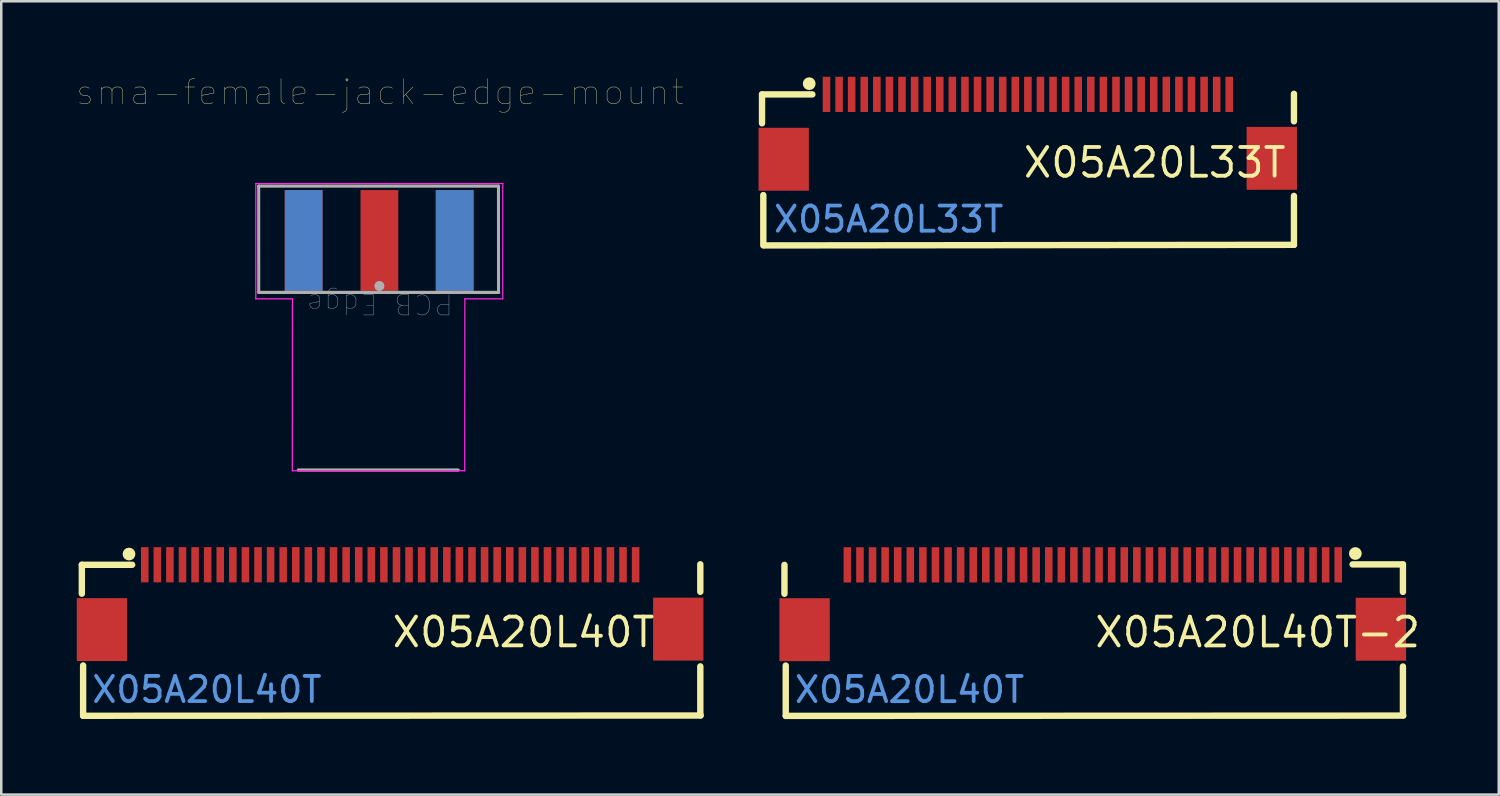
<source format=kicad_pcb>
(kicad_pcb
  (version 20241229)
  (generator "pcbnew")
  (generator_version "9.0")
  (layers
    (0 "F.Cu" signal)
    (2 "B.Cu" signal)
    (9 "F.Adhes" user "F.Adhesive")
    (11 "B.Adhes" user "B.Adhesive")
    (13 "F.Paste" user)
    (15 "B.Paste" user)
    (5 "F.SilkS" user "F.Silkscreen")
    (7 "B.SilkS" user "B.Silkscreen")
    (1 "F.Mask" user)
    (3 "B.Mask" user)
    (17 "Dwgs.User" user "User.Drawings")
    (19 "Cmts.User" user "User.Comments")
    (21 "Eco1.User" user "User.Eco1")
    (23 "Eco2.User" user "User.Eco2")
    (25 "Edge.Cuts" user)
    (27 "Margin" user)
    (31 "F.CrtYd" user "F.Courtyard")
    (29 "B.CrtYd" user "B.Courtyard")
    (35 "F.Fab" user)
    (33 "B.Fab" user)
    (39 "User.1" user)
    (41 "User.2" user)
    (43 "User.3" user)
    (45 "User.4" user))
  (footprint "X05A20L40T"
    (layer "F.Cu")
    (at 12.45 22.065)
    (property "Reference" "X05A20L40T" (at 0 0 0) (layer "F.SilkS") (effects (font (size 1.143 1.143) (thickness 0.152)) (justify left)))
    (attr smd)
    (fp_line (start -12.249 -2.679) (end -10.25 -2.679) (stroke (width 0.254) (type solid)) (layer "F.SilkS"))
    (fp_line (start -12.249 -1.53) (end -12.249 -2.679) (stroke (width 0.254) (type solid)) (layer "F.SilkS"))
    (fp_line (start -12.198 3.32) (end -12.198 1.321) (stroke (width 0.254) (type solid)) (layer "F.SilkS"))
    (fp_line (start -12.198 3.32) (end 12.335 3.309) (stroke (width 0.254) (type solid)) (layer "F.SilkS"))
    (fp_line (start 12.32 -1.605) (end 12.32 -2.698) (stroke (width 0.254) (type solid)) (layer "F.SilkS"))
    (fp_line (start 12.32 3.301) (end 12.32 1.358) (stroke (width 0.254) (type solid)) (layer "F.SilkS"))
    (fp_circle (center -10.375 -3.105) (end -10.248 -3.105) (stroke (width 0.254) (type solid)) (fill no) (layer "F.SilkS"))
    (fp_text user "X05A20L40T" (at -7.28 2.28 0) (layer "Cmts.User") (effects (font (size 1 1) (thickness 0.15))))
    (pad "1" smd rect (at -9.75 -2.68) (size 0.3 1.4) (layers "F.Cu" "F.Mask" "F.Paste"))
    (pad "2" smd rect (at -9.25 -2.68) (size 0.3 1.4) (layers "F.Cu" "F.Mask" "F.Paste"))
    (pad "3" smd rect (at -8.75 -2.68) (size 0.3 1.4) (layers "F.Cu" "F.Mask" "F.Paste"))
    (pad "4" smd rect (at -8.25 -2.68) (size 0.3 1.4) (layers "F.Cu" "F.Mask" "F.Paste"))
    (pad "5" smd rect (at -7.75 -2.68) (size 0.3 1.4) (layers "F.Cu" "F.Mask" "F.Paste"))
    (pad "6" smd rect (at -7.25 -2.68) (size 0.3 1.4) (layers "F.Cu" "F.Mask" "F.Paste"))
    (pad "7" smd rect (at -6.75 -2.68) (size 0.3 1.4) (layers "F.Cu" "F.Mask" "F.Paste"))
    (pad "8" smd rect (at -6.25 -2.68) (size 0.3 1.4) (layers "F.Cu" "F.Mask" "F.Paste"))
    (pad "9" smd rect (at -5.75 -2.68) (size 0.3 1.4) (layers "F.Cu" "F.Mask" "F.Paste"))
    (pad "10" smd rect (at -5.25 -2.68) (size 0.3 1.4) (layers "F.Cu" "F.Mask" "F.Paste"))
    (pad "11" smd rect (at -4.75 -2.68) (size 0.3 1.4) (layers "F.Cu" "F.Mask" "F.Paste"))
    (pad "12" smd rect (at -4.25 -2.68) (size 0.3 1.4) (layers "F.Cu" "F.Mask" "F.Paste"))
    (pad "13" smd rect (at -3.75 -2.68) (size 0.3 1.4) (layers "F.Cu" "F.Mask" "F.Paste"))
    (pad "14" smd rect (at -3.25 -2.68) (size 0.3 1.4) (layers "F.Cu" "F.Mask" "F.Paste"))
    (pad "15" smd rect (at -2.75 -2.68) (size 0.3 1.4) (layers "F.Cu" "F.Mask" "F.Paste"))
    (pad "16" smd rect (at -2.25 -2.68) (size 0.3 1.4) (layers "F.Cu" "F.Mask" "F.Paste"))
    (pad "17" smd rect (at -1.75 -2.68) (size 0.3 1.4) (layers "F.Cu" "F.Mask" "F.Paste"))
    (pad "18" smd rect (at -1.25 -2.68) (size 0.3 1.4) (layers "F.Cu" "F.Mask" "F.Paste"))
    (pad "19" smd rect (at -0.75 -2.68) (size 0.3 1.4) (layers "F.Cu" "F.Mask" "F.Paste"))
    (pad "20" smd rect (at -0.25 -2.68) (size 0.3 1.4) (layers "F.Cu" "F.Mask" "F.Paste"))
    (pad "21" smd rect (at 0.25 -2.68) (size 0.3 1.4) (layers "F.Cu" "F.Mask" "F.Paste"))
    (pad "22" smd rect (at 0.75 -2.68) (size 0.3 1.4) (layers "F.Cu" "F.Mask" "F.Paste"))
    (pad "23" smd rect (at 1.25 -2.68) (size 0.3 1.4) (layers "F.Cu" "F.Mask" "F.Paste"))
    (pad "24" smd rect (at 1.75 -2.68) (size 0.3 1.4) (layers "F.Cu" "F.Mask" "F.Paste"))
    (pad "25" smd rect (at 2.25 -2.68) (size 0.3 1.4) (layers "F.Cu" "F.Mask" "F.Paste"))
    (pad "26" smd rect (at 2.75 -2.68) (size 0.3 1.4) (layers "F.Cu" "F.Mask" "F.Paste"))
    (pad "27" smd rect (at 3.25 -2.68) (size 0.3 1.4) (layers "F.Cu" "F.Mask" "F.Paste"))
    (pad "28" smd rect (at 3.75 -2.68) (size 0.3 1.4) (layers "F.Cu" "F.Mask" "F.Paste"))
    (pad "29" smd rect (at 4.25 -2.68) (size 0.3 1.4) (layers "F.Cu" "F.Mask" "F.Paste"))
    (pad "30" smd rect (at 4.75 -2.68) (size 0.3 1.4) (layers "F.Cu" "F.Mask" "F.Paste"))
    (pad "31" smd rect (at 5.25 -2.68) (size 0.3 1.4) (layers "F.Cu" "F.Mask" "F.Paste"))
    (pad "32" smd rect (at 5.75 -2.68) (size 0.3 1.4) (layers "F.Cu" "F.Mask" "F.Paste"))
    (pad "33" smd rect (at 6.25 -2.68) (size 0.3 1.4) (layers "F.Cu" "F.Mask" "F.Paste"))
    (pad "34" smd rect (at 6.75 -2.68) (size 0.3 1.4) (layers "F.Cu" "F.Mask" "F.Paste"))
    (pad "35" smd rect (at 7.25 -2.68) (size 0.3 1.4) (layers "F.Cu" "F.Mask" "F.Paste"))
    (pad "36" smd rect (at 7.75 -2.68) (size 0.3 1.4) (layers "F.Cu" "F.Mask" "F.Paste"))
    (pad "37" smd rect (at 8.25 -2.68) (size 0.3 1.4) (layers "F.Cu" "F.Mask" "F.Paste"))
    (pad "38" smd rect (at 8.75 -2.68) (size 0.3 1.4) (layers "F.Cu" "F.Mask" "F.Paste"))
    (pad "39" smd rect (at 9.25 -2.68) (size 0.3 1.4) (layers "F.Cu" "F.Mask" "F.Paste"))
    (pad "40" smd rect (at 9.75 -2.68) (size 0.3 1.4) (layers "F.Cu" "F.Mask" "F.Paste"))
    (pad "41" smd rect (at 11.445 -0.123) (size 2 2.5) (layers "F.Cu" "F.Mask" "F.Paste"))
    (pad "42" smd rect (at -11.45 -0.104) (size 2 2.5) (layers "F.Cu" "F.Mask" "F.Paste")))
  (footprint "X05A20L40T-2"
    (layer "F.Cu")
    (at 40.362 22.069)
    (property "Reference" "X05A20L40T-2" (at 0 0 0) (layer "F.SilkS") (effects (font (size 1.143 1.143) (thickness 0.152)) (justify left)))
    (attr smd)
    (fp_line (start -12.249 -1.53) (end -12.249 -2.679) (stroke (width 0.254) (type solid)) (layer "F.SilkS"))
    (fp_line (start -12.198 3.32) (end -12.198 1.321) (stroke (width 0.254) (type solid)) (layer "F.SilkS"))
    (fp_line (start -12.198 3.32) (end 12.335 3.309) (stroke (width 0.254) (type solid)) (layer "F.SilkS"))
    (fp_line (start 10.321 -2.698) (end 12.32 -2.698) (stroke (width 0.254) (type solid)) (layer "F.SilkS"))
    (fp_line (start 12.32 -1.605) (end 12.32 -2.698) (stroke (width 0.254) (type solid)) (layer "F.SilkS"))
    (fp_line (start 12.32 3.301) (end 12.32 1.358) (stroke (width 0.254) (type solid)) (layer "F.SilkS"))
    (fp_circle (center 10.43 -3.13) (end 10.557 -3.13) (stroke (width 0.254) (type solid)) (fill no) (layer "F.SilkS"))
    (fp_text user "X05A20L40T" (at -7.28 2.28 0) (layer "Cmts.User") (effects (font (size 1 1) (thickness 0.15))))
    (pad "1" smd rect (at 9.75 -2.68) (size 0.3 1.4) (layers "F.Cu" "F.Mask" "F.Paste"))
    (pad "2" smd rect (at 9.25 -2.68) (size 0.3 1.4) (layers "F.Cu" "F.Mask" "F.Paste"))
    (pad "3" smd rect (at 8.75 -2.68) (size 0.3 1.4) (layers "F.Cu" "F.Mask" "F.Paste"))
    (pad "4" smd rect (at 8.25 -2.68) (size 0.3 1.4) (layers "F.Cu" "F.Mask" "F.Paste"))
    (pad "5" smd rect (at 7.75 -2.68) (size 0.3 1.4) (layers "F.Cu" "F.Mask" "F.Paste"))
    (pad "6" smd rect (at 7.25 -2.68) (size 0.3 1.4) (layers "F.Cu" "F.Mask" "F.Paste"))
    (pad "7" smd rect (at 6.75 -2.68) (size 0.3 1.4) (layers "F.Cu" "F.Mask" "F.Paste"))
    (pad "8" smd rect (at 6.25 -2.68) (size 0.3 1.4) (layers "F.Cu" "F.Mask" "F.Paste"))
    (pad "9" smd rect (at 5.75 -2.68) (size 0.3 1.4) (layers "F.Cu" "F.Mask" "F.Paste"))
    (pad "10" smd rect (at 5.25 -2.68) (size 0.3 1.4) (layers "F.Cu" "F.Mask" "F.Paste"))
    (pad "11" smd rect (at 4.75 -2.68) (size 0.3 1.4) (layers "F.Cu" "F.Mask" "F.Paste"))
    (pad "12" smd rect (at 4.25 -2.68) (size 0.3 1.4) (layers "F.Cu" "F.Mask" "F.Paste"))
    (pad "13" smd rect (at 3.75 -2.68) (size 0.3 1.4) (layers "F.Cu" "F.Mask" "F.Paste"))
    (pad "14" smd rect (at 3.25 -2.68) (size 0.3 1.4) (layers "F.Cu" "F.Mask" "F.Paste"))
    (pad "15" smd rect (at 2.75 -2.68) (size 0.3 1.4) (layers "F.Cu" "F.Mask" "F.Paste"))
    (pad "16" smd rect (at 2.25 -2.68) (size 0.3 1.4) (layers "F.Cu" "F.Mask" "F.Paste"))
    (pad "17" smd rect (at 1.75 -2.68) (size 0.3 1.4) (layers "F.Cu" "F.Mask" "F.Paste"))
    (pad "18" smd rect (at 1.25 -2.68) (size 0.3 1.4) (layers "F.Cu" "F.Mask" "F.Paste"))
    (pad "19" smd rect (at 0.75 -2.68) (size 0.3 1.4) (layers "F.Cu" "F.Mask" "F.Paste"))
    (pad "20" smd rect (at 0.25 -2.68) (size 0.3 1.4) (layers "F.Cu" "F.Mask" "F.Paste"))
    (pad "21" smd rect (at -0.25 -2.68) (size 0.3 1.4) (layers "F.Cu" "F.Mask" "F.Paste"))
    (pad "22" smd rect (at -0.75 -2.68) (size 0.3 1.4) (layers "F.Cu" "F.Mask" "F.Paste"))
    (pad "23" smd rect (at -1.25 -2.68) (size 0.3 1.4) (layers "F.Cu" "F.Mask" "F.Paste"))
    (pad "24" smd rect (at -1.75 -2.68) (size 0.3 1.4) (layers "F.Cu" "F.Mask" "F.Paste"))
    (pad "25" smd rect (at -2.25 -2.68) (size 0.3 1.4) (layers "F.Cu" "F.Mask" "F.Paste"))
    (pad "26" smd rect (at -2.75 -2.68) (size 0.3 1.4) (layers "F.Cu" "F.Mask" "F.Paste"))
    (pad "27" smd rect (at -3.25 -2.68) (size 0.3 1.4) (layers "F.Cu" "F.Mask" "F.Paste"))
    (pad "28" smd rect (at -3.75 -2.68) (size 0.3 1.4) (layers "F.Cu" "F.Mask" "F.Paste"))
    (pad "29" smd rect (at -4.25 -2.68) (size 0.3 1.4) (layers "F.Cu" "F.Mask" "F.Paste"))
    (pad "30" smd rect (at -4.75 -2.68) (size 0.3 1.4) (layers "F.Cu" "F.Mask" "F.Paste"))
    (pad "31" smd rect (at -5.25 -2.68) (size 0.3 1.4) (layers "F.Cu" "F.Mask" "F.Paste"))
    (pad "32" smd rect (at -5.75 -2.68) (size 0.3 1.4) (layers "F.Cu" "F.Mask" "F.Paste"))
    (pad "33" smd rect (at -6.25 -2.68) (size 0.3 1.4) (layers "F.Cu" "F.Mask" "F.Paste"))
    (pad "34" smd rect (at -6.75 -2.68) (size 0.3 1.4) (layers "F.Cu" "F.Mask" "F.Paste"))
    (pad "35" smd rect (at -7.25 -2.68) (size 0.3 1.4) (layers "F.Cu" "F.Mask" "F.Paste"))
    (pad "36" smd rect (at -7.75 -2.68) (size 0.3 1.4) (layers "F.Cu" "F.Mask" "F.Paste"))
    (pad "37" smd rect (at -8.25 -2.68) (size 0.3 1.4) (layers "F.Cu" "F.Mask" "F.Paste"))
    (pad "38" smd rect (at -8.75 -2.68) (size 0.3 1.4) (layers "F.Cu" "F.Mask" "F.Paste"))
    (pad "39" smd rect (at -9.25 -2.68) (size 0.3 1.4) (layers "F.Cu" "F.Mask" "F.Paste"))
    (pad "40" smd rect (at -9.75 -2.68) (size 0.3 1.4) (layers "F.Cu" "F.Mask" "F.Paste"))
    (pad "41" smd rect (at 11.445 -0.123) (size 2 2.5) (layers "F.Cu" "F.Mask" "F.Paste"))
    (pad "42" smd rect (at -11.45 -0.104) (size 2 2.5) (layers "F.Cu" "F.Mask" "F.Paste")))
  (footprint "sma-female-jack-edge-mount"
    (layer "F.Cu")
    (at 12.022 4.911)
    (property "Reference" "sma-female-jack-edge-mount" (at 0.02 -4.3 180) (layer "F.SilkS") (effects (font (size 1 1) (thickness 0.015))))
    (attr through_hole)
    (fp_line (start -4.91 -0.67) (end 4.9 -0.67) (stroke (width 0.05) (type solid)) (layer "F.CrtYd"))
    (fp_line (start -4.91 3.91) (end -4.91 -0.67) (stroke (width 0.05) (type solid)) (layer "F.CrtYd"))
    (fp_line (start -4.91 3.91) (end -3.455 3.91) (stroke (width 0.05) (type solid)) (layer "F.CrtYd"))
    (fp_line (start -3.46 10.74) (end -3.455 3.91) (stroke (width 0.05) (type solid)) (layer "F.CrtYd"))
    (fp_line (start 3.39 10.74) (end -3.46 10.74) (stroke (width 0.05) (type solid)) (layer "F.CrtYd"))
    (fp_line (start 3.39 10.74) (end 3.395 3.91) (stroke (width 0.05) (type solid)) (layer "F.CrtYd"))
    (fp_line (start 3.395 3.91) (end 4.9 3.91) (stroke (width 0.05) (type solid)) (layer "F.CrtYd"))
    (fp_line (start 4.9 3.91) (end 4.9 -0.67) (stroke (width 0.05) (type solid)) (layer "F.CrtYd"))
    (fp_line (start -4.795 -0.57) (end 4.73 -0.57) (stroke (width 0.127) (type solid)) (layer "F.Fab"))
    (fp_line (start -4.793 3.656) (end -4.795 -0.57) (stroke (width 0.12) (type solid)) (layer "F.Fab"))
    (fp_line (start -3.205 3.656) (end -4.793 3.656) (stroke (width 0.127) (type solid)) (layer "F.Fab"))
    (fp_line (start 3.13 10.71) (end -3.22 10.71) (stroke (width 0.127) (type solid)) (layer "F.Fab"))
    (fp_line (start 3.145 3.656) (end -3.205 3.656) (stroke (width 0.127) (type solid)) (layer "F.Fab"))
    (fp_line (start 4.732 3.656) (end 3.145 3.656) (stroke (width 0.127) (type solid)) (layer "F.Fab"))
    (fp_line (start 4.732 3.656) (end 4.73 -0.57) (stroke (width 0.12) (type solid)) (layer "F.Fab"))
    (fp_circle (center 0 3.4) (end 0.1 3.4) (stroke (width 0.2) (type solid)) (fill no) (layer "F.Fab"))
    (fp_text user "PCB Edge" (at 0.02 4.12 180) (unlocked yes) (layer "F.Fab") (effects (font (size 0.8 0.8) (thickness 0.015))))
    (pad "1" smd rect (at 0 1.59) (size 1.5 4) (layers "F.Cu" "F.Mask" "F.Paste"))
    (pad "S1" smd rect (at -3.01 1.59) (size 1.5 4) (layers "F.Cu" "F.Mask" "F.Paste"))
    (pad "S2" smd rect (at 2.99 1.59) (size 1.5 4) (layers "F.Cu" "F.Mask" "F.Paste"))
    (pad "S3" smd rect (at -3.01 1.59) (size 1.5 4) (layers "B.Cu" "B.Mask" "B.Paste"))
    (pad "S4" smd rect (at 2.99 1.59) (size 1.5 4) (layers "B.Cu" "B.Mask" "B.Paste")))
  (footprint "X05A20L33T"
    (layer "F.Cu")
    (at 37.523 3.41)
    (property "Reference" "X05A20L33T" (at 0 0 0) (layer "F.SilkS") (effects (font (size 1.143 1.143) (thickness 0.152)) (justify left)))
    (attr smd)
    (fp_line (start -10.301 -2.71) (end -8.302 -2.71) (stroke (width 0.254) (type solid)) (layer "F.SilkS"))
    (fp_line (start -10.301 -1.561) (end -10.301 -2.71) (stroke (width 0.254) (type solid)) (layer "F.SilkS"))
    (fp_line (start -10.25 3.289) (end -10.25 1.29) (stroke (width 0.254) (type solid)) (layer "F.SilkS"))
    (fp_line (start -10.188 3.29) (end 10.83 3.266) (stroke (width 0.254) (type solid)) (layer "F.SilkS"))
    (fp_line (start 10.83 -1.64) (end 10.83 -2.733) (stroke (width 0.254) (type solid)) (layer "F.SilkS"))
    (fp_line (start 10.83 3.266) (end 10.83 1.323) (stroke (width 0.254) (type solid)) (layer "F.SilkS"))
    (fp_circle (center -8.427 -3.136) (end -8.3 -3.136) (stroke (width 0.254) (type solid)) (fill no) (layer "F.SilkS"))
    (fp_text user "X05A20L33T" (at -5.27 2.25 0) (layer "Cmts.User") (effects (font (size 1 1) (thickness 0.15))))
    (pad "1" smd rect (at -7.74 -2.71) (size 0.3 1.4) (layers "F.Cu" "F.Mask" "F.Paste"))
    (pad "2" smd rect (at -7.24 -2.71) (size 0.3 1.4) (layers "F.Cu" "F.Mask" "F.Paste"))
    (pad "3" smd rect (at -6.74 -2.71) (size 0.3 1.4) (layers "F.Cu" "F.Mask" "F.Paste"))
    (pad "4" smd rect (at -6.24 -2.71) (size 0.3 1.4) (layers "F.Cu" "F.Mask" "F.Paste"))
    (pad "5" smd rect (at -5.74 -2.71) (size 0.3 1.4) (layers "F.Cu" "F.Mask" "F.Paste"))
    (pad "6" smd rect (at -5.24 -2.71) (size 0.3 1.4) (layers "F.Cu" "F.Mask" "F.Paste"))
    (pad "7" smd rect (at -4.74 -2.71) (size 0.3 1.4) (layers "F.Cu" "F.Mask" "F.Paste"))
    (pad "8" smd rect (at -4.24 -2.71) (size 0.3 1.4) (layers "F.Cu" "F.Mask" "F.Paste"))
    (pad "9" smd rect (at -3.74 -2.71) (size 0.3 1.4) (layers "F.Cu" "F.Mask" "F.Paste"))
    (pad "10" smd rect (at -3.24 -2.71) (size 0.3 1.4) (layers "F.Cu" "F.Mask" "F.Paste"))
    (pad "11" smd rect (at -2.74 -2.71) (size 0.3 1.4) (layers "F.Cu" "F.Mask" "F.Paste"))
    (pad "12" smd rect (at -2.24 -2.71) (size 0.3 1.4) (layers "F.Cu" "F.Mask" "F.Paste"))
    (pad "13" smd rect (at -1.74 -2.71) (size 0.3 1.4) (layers "F.Cu" "F.Mask" "F.Paste"))
    (pad "14" smd rect (at -1.24 -2.71) (size 0.3 1.4) (layers "F.Cu" "F.Mask" "F.Paste"))
    (pad "15" smd rect (at -0.74 -2.71) (size 0.3 1.4) (layers "F.Cu" "F.Mask" "F.Paste"))
    (pad "16" smd rect (at -0.24 -2.71) (size 0.3 1.4) (layers "F.Cu" "F.Mask" "F.Paste"))
    (pad "17" smd rect (at 0.26 -2.71) (size 0.3 1.4) (layers "F.Cu" "F.Mask" "F.Paste"))
    (pad "18" smd rect (at 0.76 -2.71) (size 0.3 1.4) (layers "F.Cu" "F.Mask" "F.Paste"))
    (pad "19" smd rect (at 1.26 -2.71) (size 0.3 1.4) (layers "F.Cu" "F.Mask" "F.Paste"))
    (pad "20" smd rect (at 1.76 -2.71) (size 0.3 1.4) (layers "F.Cu" "F.Mask" "F.Paste"))
    (pad "21" smd rect (at 2.26 -2.71) (size 0.3 1.4) (layers "F.Cu" "F.Mask" "F.Paste"))
    (pad "22" smd rect (at 2.76 -2.71) (size 0.3 1.4) (layers "F.Cu" "F.Mask" "F.Paste"))
    (pad "23" smd rect (at 3.26 -2.71) (size 0.3 1.4) (layers "F.Cu" "F.Mask" "F.Paste"))
    (pad "24" smd rect (at 3.76 -2.71) (size 0.3 1.4) (layers "F.Cu" "F.Mask" "F.Paste"))
    (pad "25" smd rect (at 4.26 -2.71) (size 0.3 1.4) (layers "F.Cu" "F.Mask" "F.Paste"))
    (pad "26" smd rect (at 4.76 -2.71) (size 0.3 1.4) (layers "F.Cu" "F.Mask" "F.Paste"))
    (pad "27" smd rect (at 5.26 -2.71) (size 0.3 1.4) (layers "F.Cu" "F.Mask" "F.Paste"))
    (pad "28" smd rect (at 5.76 -2.71) (size 0.3 1.4) (layers "F.Cu" "F.Mask" "F.Paste"))
    (pad "29" smd rect (at 6.26 -2.71) (size 0.3 1.4) (layers "F.Cu" "F.Mask" "F.Paste"))
    (pad "30" smd rect (at 6.76 -2.71) (size 0.3 1.4) (layers "F.Cu" "F.Mask" "F.Paste"))
    (pad "31" smd rect (at 7.26 -2.71) (size 0.3 1.4) (layers "F.Cu" "F.Mask" "F.Paste"))
    (pad "32" smd rect (at 7.76 -2.71) (size 0.3 1.4) (layers "F.Cu" "F.Mask" "F.Paste"))
    (pad "33" smd rect (at 8.26 -2.71) (size 0.3 1.4) (layers "F.Cu" "F.Mask" "F.Paste"))
    (pad "34" smd rect (at -9.44 -0.134) (size 2 2.5) (layers "F.Cu" "F.Mask" "F.Paste"))
    (pad "35" smd rect (at 9.95 -0.17) (size 2 2.5) (layers "F.Cu" "F.Mask" "F.Paste")))
  (gr_rect
    (start -3 -3)
    (end 56.489 28.516)
    (stroke (width 0.1) (type default))
    (fill no)
    (layer "Edge.Cuts")))
</source>
